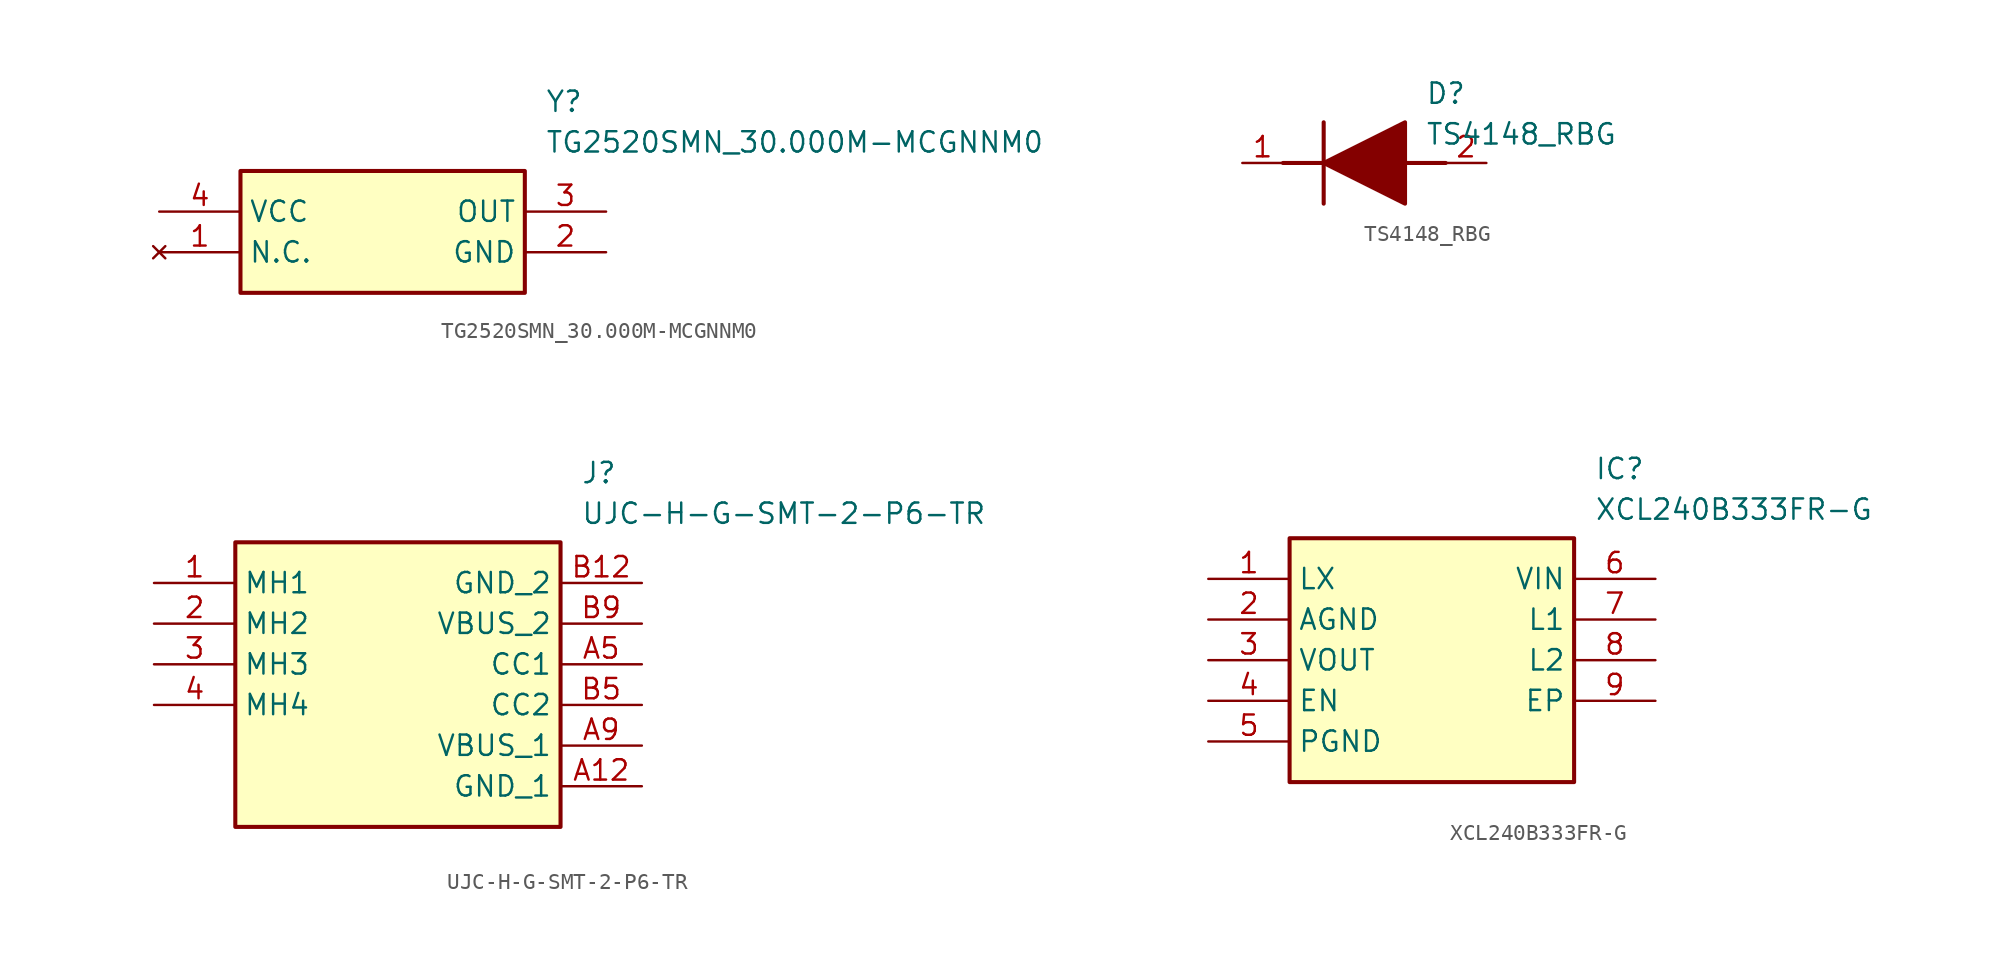
<source format=kicad_sym>
(kicad_symbol_lib
  (version 20231120)
  (generator "kicad_symbol_editor")
  (generator_version "8.0")
  (symbol "TG2520SMN_30.000M-MCGNNM0"
    (property "Reference" "Y"
      (at 24.13 7.62 0)
      (effects (font (size 1.27 1.27)) (justify left top)))
    (property "Value" "TG2520SMN_30.000M-MCGNNM0"
      (at 24.13 5.08 0)
      (effects (font (size 1.27 1.27)) (justify left top)))
    (rectangle
      (start 5.08 2.54)
      (end 22.86 -5.08)
      (stroke (width 0.254) (type default))
      (fill (type background)))
    (pin no_connect line
      (at 0 -2.54 0)
      (length 5.08)
      (name "N.C." (effects (font (size 1.27 1.27))))
      (number "1" (effects (font (size 1.27 1.27)))))
    (pin passive line
      (at 27.94 -2.54 180)
      (length 5.08)
      (name "GND" (effects (font (size 1.27 1.27))))
      (number "2" (effects (font (size 1.27 1.27)))))
    (pin passive line
      (at 27.94 0 180)
      (length 5.08)
      (name "OUT" (effects (font (size 1.27 1.27))))
      (number "3" (effects (font (size 1.27 1.27)))))
    (pin passive line
      (at 0 0 0)
      (length 5.08)
      (name "VCC" (effects (font (size 1.27 1.27))))
      (number "4" (effects (font (size 1.27 1.27))))))
  (symbol "TS4148_RBG"
    (pin_names hide)
    (property "Reference" "D"
      (at 11.43 5.08 0)
      (effects (font (size 1.27 1.27)) (justify left top)))
    (property "Value" "TS4148_RBG"
      (at 11.43 2.54 0)
      (effects (font (size 1.27 1.27)) (justify left top)))
    (symbol "TS4148_RBG_1_1"
      (polyline (pts (xy 2.54 0) (xy 5.08 0)) (stroke (width 0.254) (type default)) (fill (type none)))
      (polyline (pts (xy 5.08 2.54) (xy 5.08 -2.54)) (stroke (width 0.254) (type default)) (fill (type none)))
      (polyline (pts (xy 10.16 0) (xy 12.7 0)) (stroke (width 0.254) (type default)) (fill (type none)))
      (polyline (pts (xy 5.08 0) (xy 10.16 2.54) (xy 10.16 -2.54) (xy 5.08 0)) (stroke (width 0.254) (type default)) (fill (type outline)))
      (pin passive line (at 0 0 0) (length 2.54) (name "K" (effects (font (size 1.27 1.27)))) (number "1" (effects (font (size 1.27 1.27)))))
      (pin passive line (at 15.24 0 180) (length 2.54) (name "A" (effects (font (size 1.27 1.27)))) (number "2" (effects (font (size 1.27 1.27)))))))
  (symbol "UJC-H-G-SMT-2-P6-TR"
    (property "Reference" "J"
      (at 26.67 7.62 0)
      (effects (font (size 1.27 1.27)) (justify left top)))
    (property "Value" "UJC-H-G-SMT-2-P6-TR"
      (at 26.67 5.08 0)
      (effects (font (size 1.27 1.27)) (justify left top)))
    (symbol "UJC-H-G-SMT-2-P6-TR_1_1"
      (rectangle (start 5.08 2.54) (end 25.4 -15.24) (stroke (width 0.254) (type default)) (fill (type background)))
      (pin passive line (at 0 0 0) (length 5.08) (name "MH1" (effects (font (size 1.27 1.27)))) (number "1" (effects (font (size 1.27 1.27)))))
      (pin passive line (at 0 -2.54 0) (length 5.08) (name "MH2" (effects (font (size 1.27 1.27)))) (number "2" (effects (font (size 1.27 1.27)))))
      (pin passive line (at 0 -5.08 0) (length 5.08) (name "MH3" (effects (font (size 1.27 1.27)))) (number "3" (effects (font (size 1.27 1.27)))))
      (pin passive line (at 0 -7.62 0) (length 5.08) (name "MH4" (effects (font (size 1.27 1.27)))) (number "4" (effects (font (size 1.27 1.27)))))
      (pin passive line (at 30.48 -12.7 180) (length 5.08) (name "GND_1" (effects (font (size 1.27 1.27)))) (number "A12" (effects (font (size 1.27 1.27)))))
      (pin passive line (at 30.48 -5.08 180) (length 5.08) (name "CC1" (effects (font (size 1.27 1.27)))) (number "A5" (effects (font (size 1.27 1.27)))))
      (pin passive line (at 30.48 -10.16 180) (length 5.08) (name "VBUS_1" (effects (font (size 1.27 1.27)))) (number "A9" (effects (font (size 1.27 1.27)))))
      (pin passive line (at 30.48 0 180) (length 5.08) (name "GND_2" (effects (font (size 1.27 1.27)))) (number "B12" (effects (font (size 1.27 1.27)))))
      (pin passive line (at 30.48 -7.62 180) (length 5.08) (name "CC2" (effects (font (size 1.27 1.27)))) (number "B5" (effects (font (size 1.27 1.27)))))
      (pin passive line (at 30.48 -2.54 180) (length 5.08) (name "VBUS_2" (effects (font (size 1.27 1.27)))) (number "B9" (effects (font (size 1.27 1.27)))))))
  (symbol "XCL240B333FR-G"
    (property "Reference" "IC"
      (at 24.13 7.62 0)
      (effects (font (size 1.27 1.27)) (justify left top)))
    (property "Value" "XCL240B333FR-G"
      (at 24.13 5.08 0)
      (effects (font (size 1.27 1.27)) (justify left top)))
    (symbol "XCL240B333FR-G_1_1"
      (rectangle (start 5.08 2.54) (end 22.86 -12.7) (stroke (width 0.254) (type default)) (fill (type background)))
      (pin passive line (at 0 0 0) (length 5.08) (name "LX" (effects (font (size 1.27 1.27)))) (number "1" (effects (font (size 1.27 1.27)))))
      (pin passive line (at 0 -2.54 0) (length 5.08) (name "AGND" (effects (font (size 1.27 1.27)))) (number "2" (effects (font (size 1.27 1.27)))))
      (pin passive line (at 0 -5.08 0) (length 5.08) (name "VOUT" (effects (font (size 1.27 1.27)))) (number "3" (effects (font (size 1.27 1.27)))))
      (pin passive line (at 0 -7.62 0) (length 5.08) (name "EN" (effects (font (size 1.27 1.27)))) (number "4" (effects (font (size 1.27 1.27)))))
      (pin passive line (at 0 -10.16 0) (length 5.08) (name "PGND" (effects (font (size 1.27 1.27)))) (number "5" (effects (font (size 1.27 1.27)))))
      (pin passive line (at 27.94 0 180) (length 5.08) (name "VIN" (effects (font (size 1.27 1.27)))) (number "6" (effects (font (size 1.27 1.27)))))
      (pin passive line (at 27.94 -2.54 180) (length 5.08) (name "L1" (effects (font (size 1.27 1.27)))) (number "7" (effects (font (size 1.27 1.27)))))
      (pin passive line (at 27.94 -5.08 180) (length 5.08) (name "L2" (effects (font (size 1.27 1.27)))) (number "8" (effects (font (size 1.27 1.27)))))
      (pin passive line (at 27.94 -7.62 180) (length 5.08) (name "EP" (effects (font (size 1.27 1.27)))) (number "9" (effects (font (size 1.27 1.27))))))))
</source>
